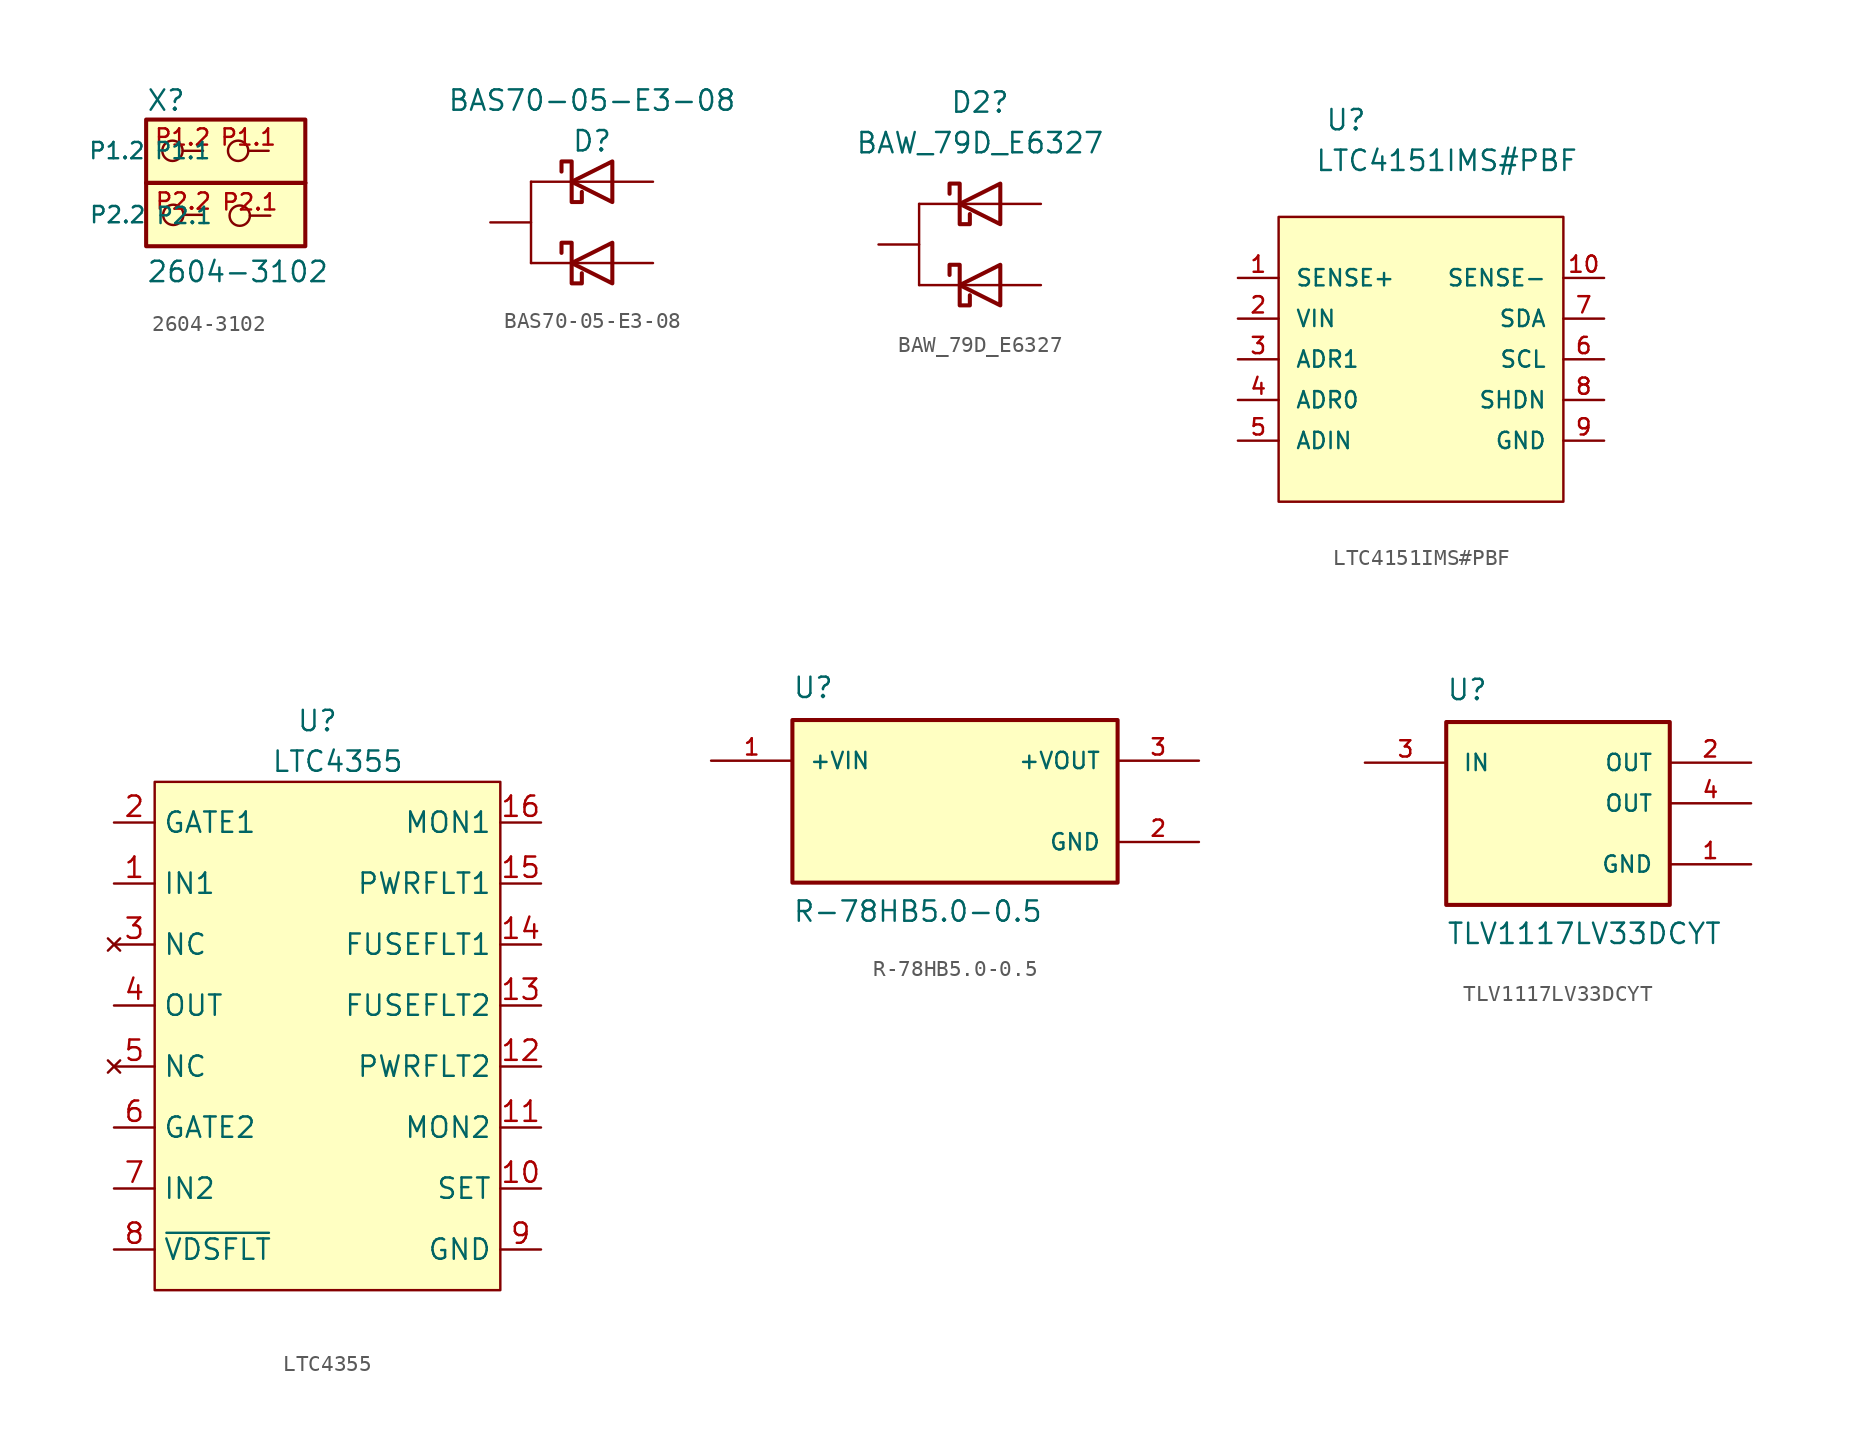
<source format=kicad_sym>
(kicad_symbol_lib
  (version 20211014)
  (generator kicad_symbol_editor)
  (symbol "2604-3102"
    (pin_names
      (offset 1.016))
    (property "Reference" "X"
      (at 0 0.45 0)
      (effects (font (size 1.27 1.27)) (justify left bottom)))
    (property "Value" "2604-3102"
      (at 0 -10.25 0)
      (effects (font (size 1.27 1.27)) (justify left bottom)))
    (symbol "2604-3102_0_0"
      (rectangle (start 0 -7.91) (end 9.94 0) (stroke (width 0.254) (type default) (color 0 0 0 0)) (fill (type background)))
      (polyline (pts (xy 0 -3.95) (xy 9.94 -3.95)) (stroke (width 0.254) (type default) (color 0 0 0 0)) (fill (type none)))
      (polyline (pts (xy 9.94 -3.96) (xy 0 -3.96)) (stroke (width 0.254) (type default) (color 0 0 0 0)) (fill (type none)))
      (pin bidirectional inverted (at 7.65 -1.95 180) (length 2.54) (name "P1.1" (effects (font (size 1.016 1.016)))) (number "P1.1" (effects (font (size 1.016 1.016)))))
      (pin bidirectional inverted (at 3.55 -1.95 180) (length 2.54) (name "P1.2" (effects (font (size 1.016 1.016)))) (number "P1.2" (effects (font (size 1.016 1.016)))))
      (pin bidirectional inverted (at 7.75 -6 180) (length 2.54) (name "P2.1" (effects (font (size 1.016 1.016)))) (number "P2.1" (effects (font (size 1.016 1.016)))))
      (pin bidirectional inverted (at 3.6 -5.95 180) (length 2.54) (name "P2.2" (effects (font (size 1.016 1.016)))) (number "P2.2" (effects (font (size 1.016 1.016)))))))
  (symbol "BAS70-05-E3-08"
    (pin_numbers hide)
    (pin_names
      (offset 1.016) hide)
    (property "Reference" "D"
      (at 0 5.08 0)
      (effects (font (size 1.27 1.27))))
    (property "Value" "BAS70-05-E3-08"
      (at 0 7.62 0)
      (effects (font (size 1.27 1.27))))
    (symbol "BAS70-05-E3-08_0_1"
      (polyline (pts (xy -3.81 -2.54) (xy -1.27 -2.54)) (stroke (width 0) (type default) (color 0 0 0 0)) (fill (type none)))
      (polyline (pts (xy -3.81 2.54) (xy -3.81 -2.54)) (stroke (width 0) (type default) (color 0 0 0 0)) (fill (type none)))
      (polyline (pts (xy -3.81 2.54) (xy -1.27 2.54)) (stroke (width 0) (type default) (color 0 0 0 0)) (fill (type none)))
      (polyline (pts (xy 1.27 -2.54) (xy -1.27 -2.54)) (stroke (width 0) (type default) (color 0 0 0 0)) (fill (type none)))
      (polyline (pts (xy 1.27 2.54) (xy -1.27 2.54)) (stroke (width 0) (type default) (color 0 0 0 0)) (fill (type none)))
      (polyline (pts (xy 1.27 -1.27) (xy 1.27 -3.81) (xy -1.27 -2.54) (xy 1.27 -1.27)) (stroke (width 0.254) (type default) (color 0 0 0 0)) (fill (type none)))
      (polyline (pts (xy 1.27 3.81) (xy 1.27 1.27) (xy -1.27 2.54) (xy 1.27 3.81)) (stroke (width 0.254) (type default) (color 0 0 0 0)) (fill (type none)))
      (polyline (pts (xy -1.905 -1.905) (xy -1.905 -1.27) (xy -1.27 -1.27) (xy -1.27 -3.81) (xy -0.635 -3.81) (xy -0.635 -3.175)) (stroke (width 0.254) (type default) (color 0 0 0 0)) (fill (type none)))
      (polyline (pts (xy -1.905 3.175) (xy -1.905 3.81) (xy -1.27 3.81) (xy -1.27 1.27) (xy -0.635 1.27) (xy -0.635 1.905)) (stroke (width 0.254) (type default) (color 0 0 0 0)) (fill (type none))))
    (symbol "BAS70-05-E3-08_1_1"
      (pin passive line (at 3.81 2.54 180) (length 2.54) (name "A" (effects (font (size 1.27 1.27)))) (number "1" (effects (font (size 1.27 1.27)))))
      (pin passive line (at 3.81 -2.54 180) (length 2.54) (name "A" (effects (font (size 1.27 1.27)))) (number "2" (effects (font (size 1.27 1.27)))))
      (pin passive line (at -6.35 0 0) (length 2.54) (name "K" (effects (font (size 1.27 1.27)))) (number "3" (effects (font (size 1.27 1.27)))))))
  (symbol "BAW_79D_E6327"
    (pin_numbers hide)
    (pin_names
      (offset 1.016) hide)
    (property "Reference" "D2"
      (at 0 8.89 0)
      (effects (font (size 1.27 1.27))))
    (property "Value" "BAW_79D_E6327"
      (at 0 6.35 0)
      (effects (font (size 1.27 1.27))))
    (symbol "BAW_79D_E6327_0_1"
      (polyline (pts (xy -3.81 -2.54) (xy -1.27 -2.54)) (stroke (width 0) (type default) (color 0 0 0 0)) (fill (type none)))
      (polyline (pts (xy -3.81 2.54) (xy -3.81 -2.54)) (stroke (width 0) (type default) (color 0 0 0 0)) (fill (type none)))
      (polyline (pts (xy -3.81 2.54) (xy -1.27 2.54)) (stroke (width 0) (type default) (color 0 0 0 0)) (fill (type none)))
      (polyline (pts (xy 1.27 -2.54) (xy -1.27 -2.54)) (stroke (width 0) (type default) (color 0 0 0 0)) (fill (type none)))
      (polyline (pts (xy 1.27 2.54) (xy -1.27 2.54)) (stroke (width 0) (type default) (color 0 0 0 0)) (fill (type none)))
      (polyline (pts (xy 1.27 -1.27) (xy 1.27 -3.81) (xy -1.27 -2.54) (xy 1.27 -1.27)) (stroke (width 0.254) (type default) (color 0 0 0 0)) (fill (type none)))
      (polyline (pts (xy 1.27 3.81) (xy 1.27 1.27) (xy -1.27 2.54) (xy 1.27 3.81)) (stroke (width 0.254) (type default) (color 0 0 0 0)) (fill (type none)))
      (polyline (pts (xy -1.905 -1.905) (xy -1.905 -1.27) (xy -1.27 -1.27) (xy -1.27 -3.81) (xy -0.635 -3.81) (xy -0.635 -3.175)) (stroke (width 0.254) (type default) (color 0 0 0 0)) (fill (type none)))
      (polyline (pts (xy -1.905 3.175) (xy -1.905 3.81) (xy -1.27 3.81) (xy -1.27 1.27) (xy -0.635 1.27) (xy -0.635 1.905)) (stroke (width 0.254) (type default) (color 0 0 0 0)) (fill (type none))))
    (symbol "BAW_79D_E6327_1_1"
      (pin passive line (at 3.81 2.54 180) (length 2.54) (name "A" (effects (font (size 1.27 1.27)))) (number "1" (effects (font (size 1.27 1.27)))))
      (pin passive line (at -6.35 0 0) (length 2.54) (name "K" (effects (font (size 1.27 1.27)))) (number "2" (effects (font (size 1.27 1.27)))))
      (pin passive line (at 3.81 -2.54 180) (length 2.54) (name "A" (effects (font (size 1.27 1.27)))) (number "3" (effects (font (size 1.27 1.27)))))))
  (symbol "LTC4151IMS#PBF"
    (pin_names
      (offset 1.016))
    (property "Reference" "U"
      (at -5.994 14.199 0)
      (effects (font (size 1.27 1.27)) (justify left bottom)))
    (property "Value" "LTC4151IMS#PBF"
      (at -6.629 11.659 0)
      (effects (font (size 1.27 1.27)) (justify left bottom)))
    (symbol "LTC4151IMS#PBF_0_0"
      (rectangle (start -8.89 8.89) (end 8.89 -8.89) (stroke (width 0.152) (type default) (color 0 0 0 0)) (fill (type background)))
      (pin passive line (at -11.43 5.08 0) (length 2.54) (name "SENSE+" (effects (font (size 1.016 1.016)))) (number "1" (effects (font (size 1.016 1.016)))))
      (pin passive line (at 11.43 5.08 180) (length 2.54) (name "SENSE-" (effects (font (size 1.016 1.016)))) (number "10" (effects (font (size 1.016 1.016)))))
      (pin power_in line (at -11.43 2.54 0) (length 2.54) (name "VIN" (effects (font (size 1.016 1.016)))) (number "2" (effects (font (size 1.016 1.016)))))
      (pin input line (at -11.43 0 0) (length 2.54) (name "ADR1" (effects (font (size 1.016 1.016)))) (number "3" (effects (font (size 1.016 1.016)))))
      (pin input line (at -11.43 -2.54 0) (length 2.54) (name "ADR0" (effects (font (size 1.016 1.016)))) (number "4" (effects (font (size 1.016 1.016)))))
      (pin input line (at -11.43 -5.08 0) (length 2.54) (name "ADIN" (effects (font (size 1.016 1.016)))) (number "5" (effects (font (size 1.016 1.016)))))
      (pin input line (at 11.43 0 180) (length 2.54) (name "SCL" (effects (font (size 1.016 1.016)))) (number "6" (effects (font (size 1.016 1.016)))))
      (pin bidirectional line (at 11.43 2.54 180) (length 2.54) (name "SDA" (effects (font (size 1.016 1.016)))) (number "7" (effects (font (size 1.016 1.016)))))
      (pin input line (at 11.43 -2.54 180) (length 2.54) (name "SHDN" (effects (font (size 1.016 1.016)))) (number "8" (effects (font (size 1.016 1.016)))))
      (pin power_in line (at 11.43 -5.08 180) (length 2.54) (name "GND" (effects (font (size 1.016 1.016)))) (number "9" (effects (font (size 1.016 1.016)))))))
  (symbol "LTC4355"
    (property "Reference" "U"
      (at -1.27 20.32 0)
      (effects (font (size 1.27 1.27))))
    (property "Value" "LTC4355"
      (at 0 17.78 0)
      (effects (font (size 1.27 1.27))))
    (symbol "LTC4355_0_1"
      (rectangle (start -11.43 16.51) (end 10.16 -15.24) (stroke (width 0) (type default) (color 0 0 0 0)) (fill (type background))))
    (symbol "LTC4355_1_1"
      (pin input line (at -13.97 10.16 0) (length 2.54) (name "IN1" (effects (font (size 1.27 1.27)))) (number "1" (effects (font (size 1.27 1.27)))))
      (pin input line (at 12.7 -8.89 180) (length 2.54) (name "SET" (effects (font (size 1.27 1.27)))) (number "10" (effects (font (size 1.27 1.27)))))
      (pin input line (at 12.7 -5.08 180) (length 2.54) (name "MON2" (effects (font (size 1.27 1.27)))) (number "11" (effects (font (size 1.27 1.27)))))
      (pin input line (at 12.7 -1.27 180) (length 2.54) (name "PWRFLT2" (effects (font (size 1.27 1.27)))) (number "12" (effects (font (size 1.27 1.27)))))
      (pin input line (at 12.7 2.54 180) (length 2.54) (name "FUSEFLT2" (effects (font (size 1.27 1.27)))) (number "13" (effects (font (size 1.27 1.27)))))
      (pin input line (at 12.7 6.35 180) (length 2.54) (name "FUSEFLT1" (effects (font (size 1.27 1.27)))) (number "14" (effects (font (size 1.27 1.27)))))
      (pin input line (at 12.7 10.16 180) (length 2.54) (name "PWRFLT1" (effects (font (size 1.27 1.27)))) (number "15" (effects (font (size 1.27 1.27)))))
      (pin input line (at 12.7 13.97 180) (length 2.54) (name "MON1" (effects (font (size 1.27 1.27)))) (number "16" (effects (font (size 1.27 1.27)))))
      (pin output line (at -13.97 13.97 0) (length 2.54) (name "GATE1" (effects (font (size 1.27 1.27)))) (number "2" (effects (font (size 1.27 1.27)))))
      (pin no_connect line (at -13.97 6.35 0) (length 2.54) (name "NC" (effects (font (size 1.27 1.27)))) (number "3" (effects (font (size 1.27 1.27)))))
      (pin output line (at -13.97 2.54 0) (length 2.54) (name "OUT" (effects (font (size 1.27 1.27)))) (number "4" (effects (font (size 1.27 1.27)))))
      (pin no_connect line (at -13.97 -1.27 0) (length 2.54) (name "NC" (effects (font (size 1.27 1.27)))) (number "5" (effects (font (size 1.27 1.27)))))
      (pin output line (at -13.97 -5.08 0) (length 2.54) (name "GATE2" (effects (font (size 1.27 1.27)))) (number "6" (effects (font (size 1.27 1.27)))))
      (pin input line (at -13.97 -8.89 0) (length 2.54) (name "IN2" (effects (font (size 1.27 1.27)))) (number "7" (effects (font (size 1.27 1.27)))))
      (pin input line (at -13.97 -12.7 0) (length 2.54) (name "~{VDSFLT}" (effects (font (size 1.27 1.27)))) (number "8" (effects (font (size 1.27 1.27)))))
      (pin power_in line (at 12.7 -12.7 180) (length 2.54) (name "GND" (effects (font (size 1.27 1.27)))) (number "9" (effects (font (size 1.27 1.27)))))))
  (symbol "R-78HB5.0-0.5"
    (pin_names
      (offset 1.016))
    (property "Reference" "U"
      (at -10.164 6.358 0)
      (effects (font (size 1.27 1.27)) (justify left bottom)))
    (property "Value" "R-78HB5.0-0.5"
      (at -10.161 -7.623 0)
      (effects (font (size 1.27 1.27)) (justify left bottom)))
    (symbol "R-78HB5.0-0.5_0_0"
      (rectangle (start -10.16 -5.08) (end 10.16 5.08) (stroke (width 0.254) (type default) (color 0 0 0 0)) (fill (type background)))
      (pin input line (at -15.24 2.54 0) (length 5.08) (name "+VIN" (effects (font (size 1.016 1.016)))) (number "1" (effects (font (size 1.016 1.016)))))
      (pin power_in line (at 15.24 -2.54 180) (length 5.08) (name "GND" (effects (font (size 1.016 1.016)))) (number "2" (effects (font (size 1.016 1.016)))))
      (pin output line (at 15.24 2.54 180) (length 5.08) (name "+VOUT" (effects (font (size 1.016 1.016)))) (number "3" (effects (font (size 1.016 1.016)))))))
  (symbol "TLV1117LV33DCYT"
    (pin_names
      (offset 1.016))
    (property "Reference" "U"
      (at -7.62 8.89 0)
      (effects (font (size 1.27 1.27)) (justify left bottom)))
    (property "Value" "TLV1117LV33DCYT"
      (at -7.62 -6.35 0)
      (effects (font (size 1.27 1.27)) (justify left bottom)))
    (symbol "TLV1117LV33DCYT_0_0"
      (rectangle (start -7.62 7.62) (end 6.35 -3.81) (stroke (width 0.254) (type default) (color 0 0 0 0)) (fill (type background)))
      (pin power_in line (at 11.43 -1.27 180) (length 5.08) (name "GND" (effects (font (size 1.016 1.016)))) (number "1" (effects (font (size 1.016 1.016)))))
      (pin bidirectional line (at 11.43 5.08 180) (length 5.08) (name "OUT" (effects (font (size 1.016 1.016)))) (number "2" (effects (font (size 1.016 1.016)))))
      (pin input line (at -12.7 5.08 0) (length 5.08) (name "IN" (effects (font (size 1.016 1.016)))) (number "3" (effects (font (size 1.016 1.016)))))
      (pin passive line (at 11.43 2.54 180) (length 5.08) (name "OUT" (effects (font (size 1.016 1.016)))) (number "4" (effects (font (size 1.016 1.016))))))))
</source>
